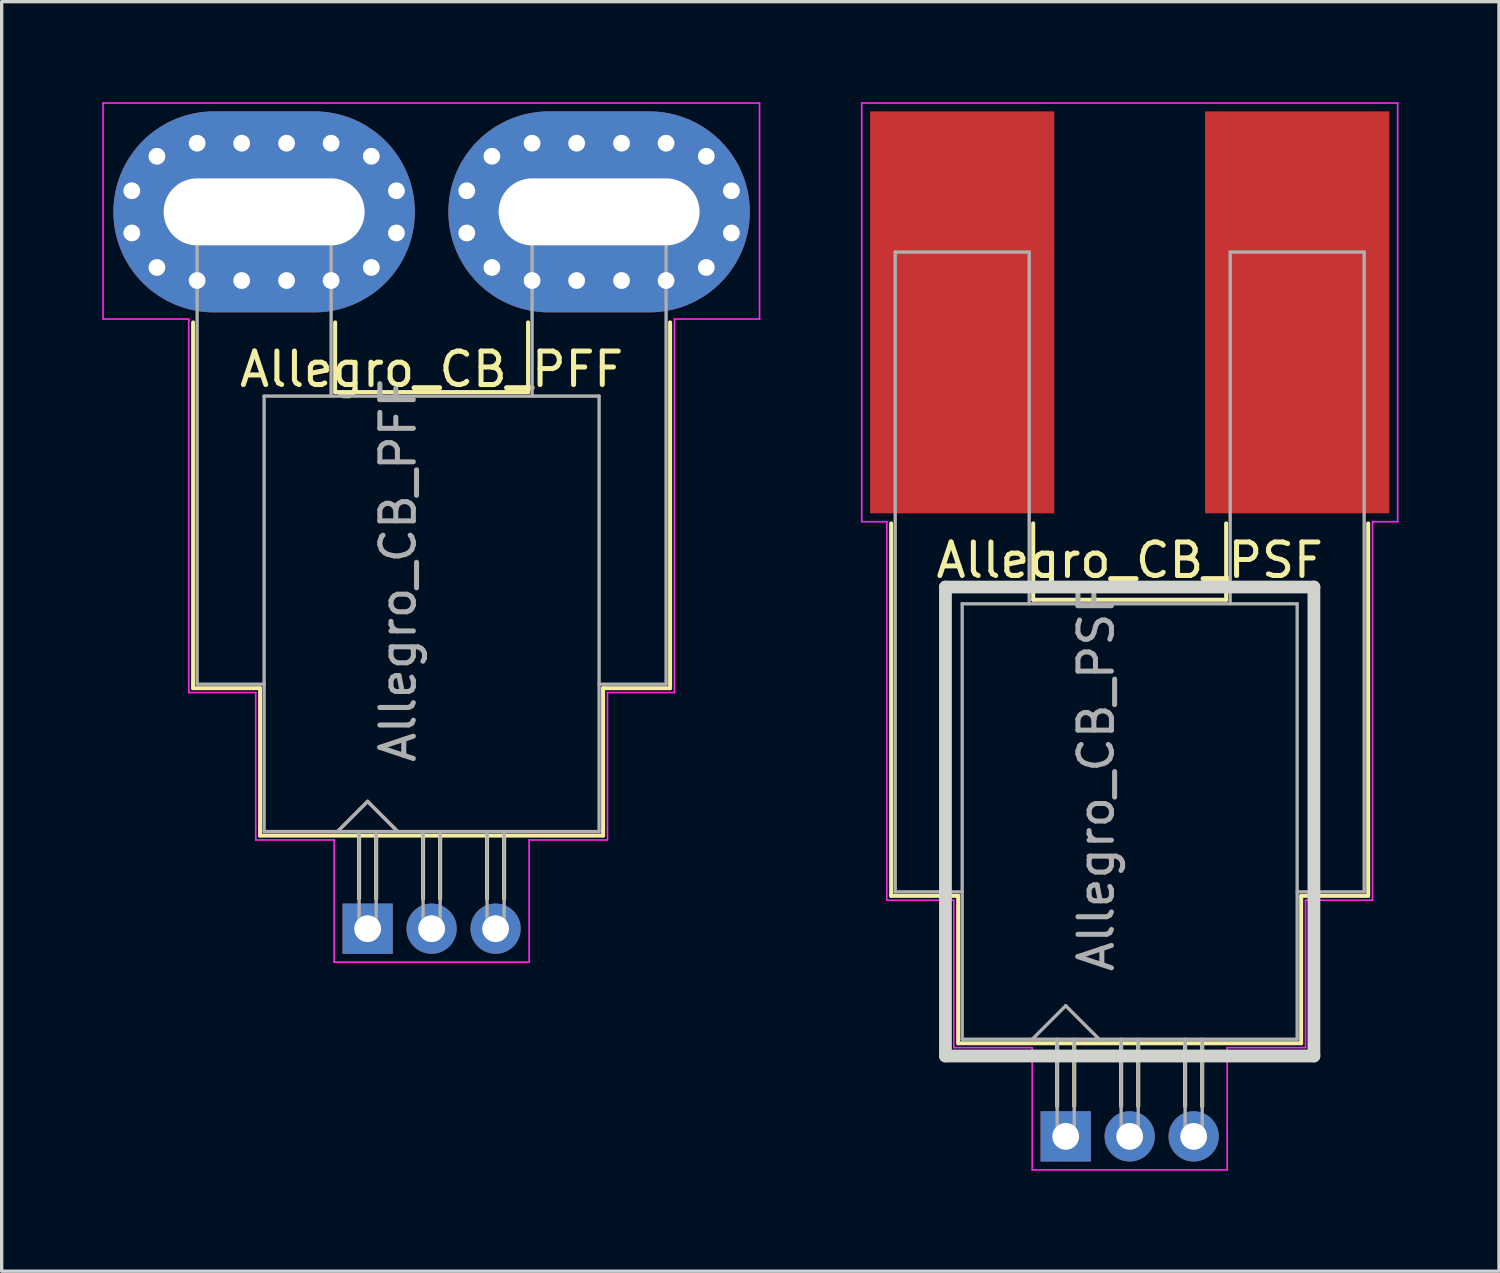
<source format=kicad_pcb>
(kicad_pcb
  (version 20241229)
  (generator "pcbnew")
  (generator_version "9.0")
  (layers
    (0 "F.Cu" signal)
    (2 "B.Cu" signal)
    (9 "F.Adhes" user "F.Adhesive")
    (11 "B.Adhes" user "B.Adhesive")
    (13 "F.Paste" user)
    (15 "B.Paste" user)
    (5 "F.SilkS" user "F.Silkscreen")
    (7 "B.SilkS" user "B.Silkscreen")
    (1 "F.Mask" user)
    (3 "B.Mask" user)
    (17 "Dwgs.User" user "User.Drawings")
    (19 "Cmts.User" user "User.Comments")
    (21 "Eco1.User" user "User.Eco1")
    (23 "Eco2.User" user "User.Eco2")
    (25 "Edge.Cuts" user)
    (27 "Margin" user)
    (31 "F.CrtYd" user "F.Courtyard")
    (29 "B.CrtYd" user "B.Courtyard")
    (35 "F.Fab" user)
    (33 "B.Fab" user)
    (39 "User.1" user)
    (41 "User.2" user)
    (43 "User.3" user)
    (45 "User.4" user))
  (footprint "Allegro_CB_PFF"
    (layer "F.Cu")
    (at 7.925 24.675)
    (property "Reference" "Allegro_CB_PFF" (at 1.91 -16.7 0) (layer "F.SilkS") (effects (font (size 1 1) (thickness 0.15))))
    (attr through_hole)
    (fp_line (start -5.21 -7.18) (end -5.21 -18.1) (stroke (width 0.12) (type solid)) (layer "F.SilkS"))
    (fp_line (start -3.21 -7.18) (end -5.21 -7.18) (stroke (width 0.12) (type solid)) (layer "F.SilkS"))
    (fp_line (start -3.21 -2.78) (end -3.21 -7.18) (stroke (width 0.12) (type solid)) (layer "F.SilkS"))
    (fp_line (start -0.97 -16.02) (end -0.97 -18.1) (stroke (width 0.12) (type solid)) (layer "F.SilkS"))
    (fp_line (start -0.97 -16.02) (end 4.79 -16.02) (stroke (width 0.12) (type solid)) (layer "F.SilkS"))
    (fp_line (start -0.255 -2.78) (end -0.255 -0.9) (stroke (width 0.12) (type solid)) (layer "F.SilkS"))
    (fp_line (start 0.255 -2.78) (end 0.255 -0.9) (stroke (width 0.12) (type solid)) (layer "F.SilkS"))
    (fp_line (start 1.655 -2.78) (end 1.655 -0.9) (stroke (width 0.12) (type solid)) (layer "F.SilkS"))
    (fp_line (start 2.165 -2.78) (end 2.165 -0.9) (stroke (width 0.12) (type solid)) (layer "F.SilkS"))
    (fp_line (start 3.565 -2.78) (end 3.565 -0.9) (stroke (width 0.12) (type solid)) (layer "F.SilkS"))
    (fp_line (start 4.075 -2.78) (end 4.075 -0.9) (stroke (width 0.12) (type solid)) (layer "F.SilkS"))
    (fp_line (start 4.79 -16.02) (end 4.79 -18.1) (stroke (width 0.12) (type solid)) (layer "F.SilkS"))
    (fp_line (start 7.03 -7.18) (end 9.03 -7.18) (stroke (width 0.12) (type solid)) (layer "F.SilkS"))
    (fp_line (start 7.03 -2.78) (end -3.21 -2.78) (stroke (width 0.12) (type solid)) (layer "F.SilkS"))
    (fp_line (start 7.03 -2.78) (end 7.03 -7.18) (stroke (width 0.12) (type solid)) (layer "F.SilkS"))
    (fp_line (start 9.03 -7.18) (end 9.03 -18.1) (stroke (width 0.12) (type solid)) (layer "F.SilkS"))
    (fp_line (start -7.9 -24.65) (end 11.7 -24.65) (stroke (width 0.05) (type solid)) (layer "F.CrtYd"))
    (fp_line (start -7.9 -18.2) (end -7.9 -24.65) (stroke (width 0.05) (type solid)) (layer "F.CrtYd"))
    (fp_line (start -7.9 -18.2) (end -5.34 -18.2) (stroke (width 0.05) (type solid)) (layer "F.CrtYd"))
    (fp_line (start -5.34 -7.05) (end -5.34 -18.2) (stroke (width 0.05) (type solid)) (layer "F.CrtYd"))
    (fp_line (start -3.34 -7.05) (end -5.34 -7.05) (stroke (width 0.05) (type solid)) (layer "F.CrtYd"))
    (fp_line (start -3.34 -7.05) (end -3.34 -2.65) (stroke (width 0.05) (type solid)) (layer "F.CrtYd"))
    (fp_line (start -1 -2.65) (end -3.34 -2.65) (stroke (width 0.05) (type solid)) (layer "F.CrtYd"))
    (fp_line (start -1 -2.65) (end -1 1) (stroke (width 0.05) (type solid)) (layer "F.CrtYd"))
    (fp_line (start 4.82 -2.65) (end 4.82 1) (stroke (width 0.05) (type solid)) (layer "F.CrtYd"))
    (fp_line (start 4.82 -2.65) (end 7.16 -2.65) (stroke (width 0.05) (type solid)) (layer "F.CrtYd"))
    (fp_line (start 4.82 1) (end -1 1) (stroke (width 0.05) (type solid)) (layer "F.CrtYd"))
    (fp_line (start 7.16 -7.05) (end 7.16 -2.65) (stroke (width 0.05) (type solid)) (layer "F.CrtYd"))
    (fp_line (start 7.16 -7.05) (end 9.16 -7.05) (stroke (width 0.05) (type solid)) (layer "F.CrtYd"))
    (fp_line (start 9.16 -18.2) (end 11.7 -18.2) (stroke (width 0.05) (type solid)) (layer "F.CrtYd"))
    (fp_line (start 9.16 -7.05) (end 9.16 -18.2) (stroke (width 0.05) (type solid)) (layer "F.CrtYd"))
    (fp_line (start 11.7 -24.65) (end 11.7 -18.2) (stroke (width 0.05) (type solid)) (layer "F.CrtYd"))
    (fp_line (start -5.09 -21.9) (end -1.09 -21.9) (stroke (width 0.1) (type solid)) (layer "F.Fab"))
    (fp_line (start -5.09 -7.3) (end -5.09 -21.9) (stroke (width 0.1) (type solid)) (layer "F.Fab"))
    (fp_line (start -5.09 -7.3) (end -3.09 -7.3) (stroke (width 0.1) (type solid)) (layer "F.Fab"))
    (fp_line (start -3.09 -15.9) (end -3.09 -2.9) (stroke (width 0.1) (type solid)) (layer "F.Fab"))
    (fp_line (start -3.09 -15.9) (end 6.91 -15.9) (stroke (width 0.1) (type solid)) (layer "F.Fab"))
    (fp_line (start -1.09 -15.9) (end -1.09 -21.9) (stroke (width 0.1) (type solid)) (layer "F.Fab"))
    (fp_line (start -0.9 -2.9) (end 0 -3.8) (stroke (width 0.1) (type solid)) (layer "F.Fab"))
    (fp_line (start -0.9 -2.9) (end 0 -3.8) (stroke (width 0.1) (type solid)) (layer "F.Fab"))
    (fp_line (start -0.255 -2.9) (end -0.255 0.19) (stroke (width 0.1) (type solid)) (layer "F.Fab"))
    (fp_line (start 0 -3.8) (end 0.9 -2.9) (stroke (width 0.1) (type solid)) (layer "F.Fab"))
    (fp_line (start 0 -3.8) (end 0.9 -2.9) (stroke (width 0.1) (type solid)) (layer "F.Fab"))
    (fp_line (start 0.255 -2.9) (end 0.255 0.19) (stroke (width 0.1) (type solid)) (layer "F.Fab"))
    (fp_line (start 1.655 -2.9) (end 1.655 0.19) (stroke (width 0.1) (type solid)) (layer "F.Fab"))
    (fp_line (start 2.165 -2.9) (end 2.165 0.19) (stroke (width 0.1) (type solid)) (layer "F.Fab"))
    (fp_line (start 3.565 -2.9) (end 3.565 0.19) (stroke (width 0.1) (type solid)) (layer "F.Fab"))
    (fp_line (start 4.075 -2.9) (end 4.075 0.19) (stroke (width 0.1) (type solid)) (layer "F.Fab"))
    (fp_line (start 4.91 -15.9) (end 4.91 -21.9) (stroke (width 0.1) (type solid)) (layer "F.Fab"))
    (fp_line (start 6.91 -15.9) (end 6.91 -2.9) (stroke (width 0.1) (type solid)) (layer "F.Fab"))
    (fp_line (start 6.91 -7.3) (end 8.91 -7.3) (stroke (width 0.1) (type solid)) (layer "F.Fab"))
    (fp_line (start 6.91 -2.9) (end -3.09 -2.9) (stroke (width 0.1) (type solid)) (layer "F.Fab"))
    (fp_line (start 8.91 -21.9) (end 4.91 -21.9) (stroke (width 0.1) (type solid)) (layer "F.Fab"))
    (fp_line (start 8.91 -7.3) (end 8.91 -21.9) (stroke (width 0.1) (type solid)) (layer "F.Fab"))
    (fp_text user "${REFERENCE}" (at 0.91 -10.7 90) (layer "F.Fab") (effects (font (size 1 1) (thickness 0.15))))
    (pad "1" thru_hole trapezoid (at 0 0) (size 1.5 1.5) (drill 0.8) (layers "*.Cu" "*.Mask"))
    (pad "2" thru_hole circle (at 1.91 0) (size 1.5 1.5) (drill 0.8) (layers "*.Cu" "*.Mask"))
    (pad "3" thru_hole circle (at 3.82 0) (size 1.5 1.5) (drill 0.8) (layers "*.Cu" "*.Mask"))
    (pad "4" thru_hole oval (at 2.96 -22.03 65) (size 0.8 0.8) (drill 0.5) (layers "*.Cu" "*.Mask"))
    (pad "4" thru_hole oval (at 2.96 -20.77 295) (size 0.8 0.8) (drill 0.5) (layers "*.Cu" "*.Mask"))
    (pad "4" thru_hole circle (at 3.71 -23.06) (size 0.8 0.8) (drill 0.5) (layers "*.Cu" "*.Mask"))
    (pad "4" thru_hole circle (at 3.71 -19.74) (size 0.8 0.8) (drill 0.5) (layers "*.Cu" "*.Mask"))
    (pad "4" thru_hole circle (at 4.91 -23.45) (size 0.8 0.8) (drill 0.5) (layers "*.Cu" "*.Mask"))
    (pad "4" thru_hole circle (at 4.91 -19.35) (size 0.8 0.8) (drill 0.5) (layers "*.Cu" "*.Mask"))
    (pad "4" thru_hole circle (at 6.24 -23.45) (size 0.8 0.8) (drill 0.5) (layers "*.Cu" "*.Mask"))
    (pad "4" thru_hole circle (at 6.24 -19.35) (size 0.8 0.8) (drill 0.5) (layers "*.Cu" "*.Mask"))
    (pad "4" thru_hole oval (at 6.91 -21.4) (size 9 6) (drill oval 6 2) (layers "*.Cu" "*.Mask"))
    (pad "4" thru_hole circle (at 7.58 -23.45) (size 0.8 0.8) (drill 0.5) (layers "*.Cu" "*.Mask"))
    (pad "4" thru_hole circle (at 7.58 -19.35) (size 0.8 0.8) (drill 0.5) (layers "*.Cu" "*.Mask"))
    (pad "4" thru_hole circle (at 8.91 -23.45) (size 0.8 0.8) (drill 0.5) (layers "*.Cu" "*.Mask"))
    (pad "4" thru_hole circle (at 8.91 -19.35) (size 0.8 0.8) (drill 0.5) (layers "*.Cu" "*.Mask"))
    (pad "4" thru_hole circle (at 10.11 -23.06) (size 0.8 0.8) (drill 0.5) (layers "*.Cu" "*.Mask"))
    (pad "4" thru_hole circle (at 10.11 -19.74) (size 0.8 0.8) (drill 0.5) (layers "*.Cu" "*.Mask"))
    (pad "4" thru_hole circle (at 10.86 -22.03) (size 0.8 0.8) (drill 0.5) (layers "*.Cu" "*.Mask"))
    (pad "4" thru_hole circle (at 10.86 -20.77) (size 0.8 0.8) (drill 0.5) (layers "*.Cu" "*.Mask"))
    (pad "5" thru_hole circle (at -7.04 -22.03) (size 0.8 0.8) (drill 0.5) (layers "*.Cu" "*.Mask"))
    (pad "5" thru_hole circle (at -7.04 -20.77) (size 0.8 0.8) (drill 0.5) (layers "*.Cu" "*.Mask"))
    (pad "5" thru_hole circle (at -6.29 -23.06) (size 0.8 0.8) (drill 0.5) (layers "*.Cu" "*.Mask"))
    (pad "5" thru_hole circle (at -6.29 -19.74) (size 0.8 0.8) (drill 0.5) (layers "*.Cu" "*.Mask"))
    (pad "5" thru_hole circle (at -5.09 -23.45) (size 0.8 0.8) (drill 0.5) (layers "*.Cu" "*.Mask"))
    (pad "5" thru_hole circle (at -5.09 -19.35) (size 0.8 0.8) (drill 0.5) (layers "*.Cu" "*.Mask"))
    (pad "5" thru_hole circle (at -3.76 -23.45) (size 0.8 0.8) (drill 0.5) (layers "*.Cu" "*.Mask"))
    (pad "5" thru_hole circle (at -3.76 -19.35) (size 0.8 0.8) (drill 0.5) (layers "*.Cu" "*.Mask"))
    (pad "5" thru_hole oval (at -3.09 -21.4) (size 9 6) (drill oval 6 2) (layers "*.Cu" "*.Mask"))
    (pad "5" thru_hole circle (at -2.42 -23.45) (size 0.8 0.8) (drill 0.5) (layers "*.Cu" "*.Mask"))
    (pad "5" thru_hole circle (at -2.42 -19.35) (size 0.8 0.8) (drill 0.5) (layers "*.Cu" "*.Mask"))
    (pad "5" thru_hole circle (at -1.09 -23.45) (size 0.8 0.8) (drill 0.5) (layers "*.Cu" "*.Mask"))
    (pad "5" thru_hole circle (at -1.09 -19.35) (size 0.8 0.8) (drill 0.5) (layers "*.Cu" "*.Mask"))
    (pad "5" thru_hole circle (at 0.11 -23.06) (size 0.8 0.8) (drill 0.5) (layers "*.Cu" "*.Mask"))
    (pad "5" thru_hole circle (at 0.11 -19.74) (size 0.8 0.8) (drill 0.5) (layers "*.Cu" "*.Mask"))
    (pad "5" thru_hole oval (at 0.86 -22.03 295) (size 0.8 0.8) (drill 0.5) (layers "*.Cu" "*.Mask"))
    (pad "5" thru_hole oval (at 0.86 -20.77 65) (size 0.8 0.8) (drill 0.5) (layers "*.Cu" "*.Mask")))
  (footprint "Allegro_CB_PSF"
    (layer "F.Cu")
    (at 28.765 30.875)
    (property "Reference" "Allegro_CB_PSF" (at 1.91 -17.2 0) (layer "F.SilkS") (effects (font (size 1 1) (thickness 0.15))))
    (attr through_hole)
    (fp_line (start -5.21 -7.18) (end -5.21 -18.3) (stroke (width 0.12) (type solid)) (layer "F.SilkS"))
    (fp_line (start -3.21 -7.18) (end -5.21 -7.18) (stroke (width 0.12) (type solid)) (layer "F.SilkS"))
    (fp_line (start -3.21 -2.78) (end -3.21 -7.18) (stroke (width 0.12) (type solid)) (layer "F.SilkS"))
    (fp_line (start -0.97 -16.02) (end -0.97 -18.3) (stroke (width 0.12) (type solid)) (layer "F.SilkS"))
    (fp_line (start -0.97 -16.02) (end 4.79 -16.02) (stroke (width 0.12) (type solid)) (layer "F.SilkS"))
    (fp_line (start -0.255 -2.78) (end -0.255 -0.9) (stroke (width 0.12) (type solid)) (layer "F.SilkS"))
    (fp_line (start 0.255 -2.78) (end 0.255 -0.9) (stroke (width 0.12) (type solid)) (layer "F.SilkS"))
    (fp_line (start 1.655 -2.78) (end 1.655 -0.9) (stroke (width 0.12) (type solid)) (layer "F.SilkS"))
    (fp_line (start 2.165 -2.78) (end 2.165 -0.9) (stroke (width 0.12) (type solid)) (layer "F.SilkS"))
    (fp_line (start 3.565 -2.78) (end 3.565 -0.9) (stroke (width 0.12) (type solid)) (layer "F.SilkS"))
    (fp_line (start 4.075 -2.78) (end 4.075 -0.9) (stroke (width 0.12) (type solid)) (layer "F.SilkS"))
    (fp_line (start 4.79 -16.02) (end 4.79 -18.3) (stroke (width 0.12) (type solid)) (layer "F.SilkS"))
    (fp_line (start 7.03 -7.18) (end 9.03 -7.18) (stroke (width 0.12) (type solid)) (layer "F.SilkS"))
    (fp_line (start 7.03 -2.78) (end -3.21 -2.78) (stroke (width 0.12) (type solid)) (layer "F.SilkS"))
    (fp_line (start 7.03 -2.78) (end 7.03 -7.18) (stroke (width 0.12) (type solid)) (layer "F.SilkS"))
    (fp_line (start 9.03 -7.18) (end 9.03 -18.3) (stroke (width 0.12) (type solid)) (layer "F.SilkS"))
    (fp_line (start -3.59 -16.4) (end 7.41 -16.4) (stroke (width 0.381) (type solid)) (layer "Edge.Cuts"))
    (fp_line (start -3.59 -2.4) (end -3.59 -16.4) (stroke (width 0.381) (type solid)) (layer "Edge.Cuts"))
    (fp_line (start 7.41 -16.4) (end 7.41 -2.4) (stroke (width 0.381) (type solid)) (layer "Edge.Cuts"))
    (fp_line (start 7.41 -2.4) (end -3.59 -2.4) (stroke (width 0.381) (type solid)) (layer "Edge.Cuts"))
    (fp_line (start -6.09 -30.85) (end 9.91 -30.85) (stroke (width 0.05) (type solid)) (layer "F.CrtYd"))
    (fp_line (start -6.09 -18.35) (end -6.09 -30.85) (stroke (width 0.05) (type solid)) (layer "F.CrtYd"))
    (fp_line (start -6.09 -18.35) (end -5.34 -18.35) (stroke (width 0.05) (type solid)) (layer "F.CrtYd"))
    (fp_line (start -5.34 -7.05) (end -5.34 -18.35) (stroke (width 0.05) (type solid)) (layer "F.CrtYd"))
    (fp_line (start -3.34 -7.05) (end -5.34 -7.05) (stroke (width 0.05) (type solid)) (layer "F.CrtYd"))
    (fp_line (start -3.34 -7.05) (end -3.34 -2.65) (stroke (width 0.05) (type solid)) (layer "F.CrtYd"))
    (fp_line (start -1 -2.65) (end -3.34 -2.65) (stroke (width 0.05) (type solid)) (layer "F.CrtYd"))
    (fp_line (start -1 -2.65) (end -1 1) (stroke (width 0.05) (type solid)) (layer "F.CrtYd"))
    (fp_line (start 4.82 -2.65) (end 4.82 1) (stroke (width 0.05) (type solid)) (layer "F.CrtYd"))
    (fp_line (start 4.82 -2.65) (end 7.16 -2.65) (stroke (width 0.05) (type solid)) (layer "F.CrtYd"))
    (fp_line (start 4.82 1) (end -1 1) (stroke (width 0.05) (type solid)) (layer "F.CrtYd"))
    (fp_line (start 7.16 -7.05) (end 7.16 -2.65) (stroke (width 0.05) (type solid)) (layer "F.CrtYd"))
    (fp_line (start 7.16 -7.05) (end 9.16 -7.05) (stroke (width 0.05) (type solid)) (layer "F.CrtYd"))
    (fp_line (start 9.16 -18.35) (end 9.91 -18.35) (stroke (width 0.05) (type solid)) (layer "F.CrtYd"))
    (fp_line (start 9.16 -7.05) (end 9.16 -18.35) (stroke (width 0.05) (type solid)) (layer "F.CrtYd"))
    (fp_line (start 9.91 -30.85) (end 9.91 -18.35) (stroke (width 0.05) (type solid)) (layer "F.CrtYd"))
    (fp_line (start -5.09 -26.4) (end -1.09 -26.4) (stroke (width 0.1) (type solid)) (layer "F.Fab"))
    (fp_line (start -5.09 -7.3) (end -5.09 -26.4) (stroke (width 0.1) (type solid)) (layer "F.Fab"))
    (fp_line (start -5.09 -7.3) (end -3.09 -7.3) (stroke (width 0.1) (type solid)) (layer "F.Fab"))
    (fp_line (start -3.09 -15.9) (end -3.09 -2.9) (stroke (width 0.1) (type solid)) (layer "F.Fab"))
    (fp_line (start -3.09 -15.9) (end 6.91 -15.9) (stroke (width 0.1) (type solid)) (layer "F.Fab"))
    (fp_line (start -1.09 -15.9) (end -1.09 -26.4) (stroke (width 0.1) (type solid)) (layer "F.Fab"))
    (fp_line (start -0.255 -2.9) (end -0.255 0.19) (stroke (width 0.1) (type solid)) (layer "F.Fab"))
    (fp_line (start 0 -3.9) (end -1 -2.9) (stroke (width 0.1) (type solid)) (layer "F.Fab"))
    (fp_line (start 0 -3.9) (end 1 -2.9) (stroke (width 0.1) (type solid)) (layer "F.Fab"))
    (fp_line (start 0.255 -2.9) (end 0.255 0.19) (stroke (width 0.1) (type solid)) (layer "F.Fab"))
    (fp_line (start 1.655 -2.9) (end 1.655 0.19) (stroke (width 0.1) (type solid)) (layer "F.Fab"))
    (fp_line (start 2.165 -2.9) (end 2.165 0.19) (stroke (width 0.1) (type solid)) (layer "F.Fab"))
    (fp_line (start 3.565 -2.9) (end 3.565 0.19) (stroke (width 0.1) (type solid)) (layer "F.Fab"))
    (fp_line (start 4.075 -2.9) (end 4.075 0.19) (stroke (width 0.1) (type solid)) (layer "F.Fab"))
    (fp_line (start 4.91 -15.9) (end 4.91 -26.4) (stroke (width 0.1) (type solid)) (layer "F.Fab"))
    (fp_line (start 6.91 -15.9) (end 6.91 -2.9) (stroke (width 0.1) (type solid)) (layer "F.Fab"))
    (fp_line (start 6.91 -7.3) (end 8.91 -7.3) (stroke (width 0.1) (type solid)) (layer "F.Fab"))
    (fp_line (start 6.91 -2.9) (end -3.09 -2.9) (stroke (width 0.1) (type solid)) (layer "F.Fab"))
    (fp_line (start 8.91 -26.4) (end 4.91 -26.4) (stroke (width 0.1) (type solid)) (layer "F.Fab"))
    (fp_line (start 8.91 -7.3) (end 8.91 -26.4) (stroke (width 0.1) (type solid)) (layer "F.Fab"))
    (fp_text user "${REFERENCE}" (at 0.91 -10.7 90) (layer "F.Fab") (effects (font (size 1 1) (thickness 0.15))))
    (pad "1" thru_hole trapezoid (at 0 0) (size 1.5 1.5) (drill 0.8) (layers "*.Cu" "*.Mask"))
    (pad "2" thru_hole circle (at 1.91 0) (size 1.5 1.5) (drill 0.8) (layers "*.Cu" "*.Mask"))
    (pad "3" thru_hole circle (at 3.82 0) (size 1.5 1.5) (drill 0.8) (layers "*.Cu" "*.Mask"))
    (pad "4" smd rect (at 6.91 -24.6) (size 5.5 12) (layers "F.Cu" "F.Mask" "F.Paste"))
    (pad "5" smd rect (at -3.09 -24.6) (size 5.5 12) (layers "F.Cu" "F.Mask" "F.Paste")))
  (gr_rect
    (start -3 -3)
    (end 41.7 34.9)
    (stroke (width 0.1) (type default))
    (fill no)
    (layer "Edge.Cuts")))
</source>
